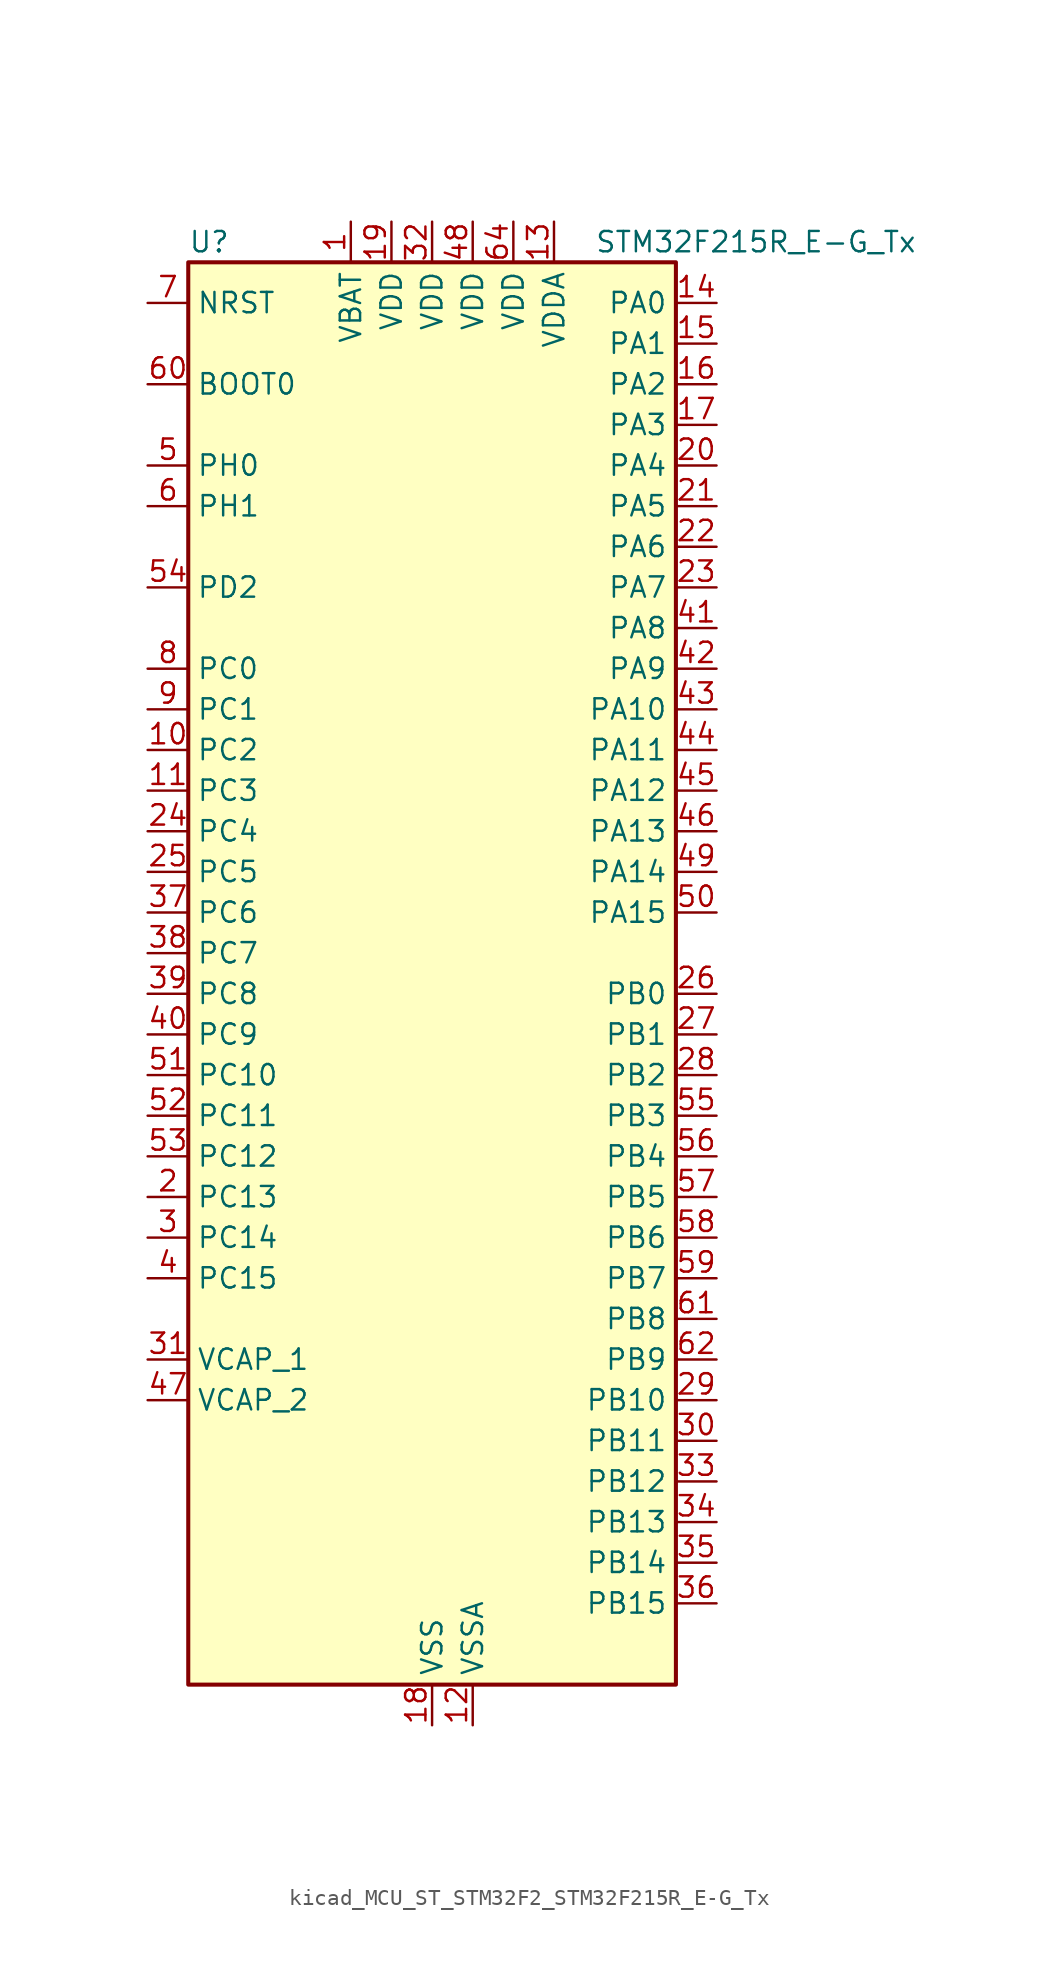
<source format=kicad_sym>
(kicad_symbol_lib
  (version 20220914)
  (generator kicad_symbol_editor)
  (symbol "kicad_MCU_ST_STM32F2_STM32F215R_E-G_Tx"
    (property "Reference" "U"
      (at -15.24 46.99 0)
      (effects (font (size 1.27 1.27)) (justify left)))
    (property "Value" "STM32F215R_E-G_Tx"
      (at 10.16 46.99 0)
      (effects (font (size 1.27 1.27)) (justify left)))
    (property "ki_locked" ""
      (at 0 0 0)
      (effects (font (size 1.27 1.27))))
    (symbol "kicad_MCU_ST_STM32F2_STM32F215R_E-G_Tx_0_1"
      (rectangle (start -15.24 -43.18) (end 15.24 45.72) (stroke (width 0.254) (type default)) (fill (type background))))
    (symbol "kicad_MCU_ST_STM32F2_STM32F215R_E-G_Tx_1_1"
      (pin power_in line (at -5.08 48.26 270) (length 2.54) (name "VBAT" (effects (font (size 1.27 1.27)))) (number "1" (effects (font (size 1.27 1.27)))))
      (pin bidirectional line (at -17.78 15.24 0) (length 2.54) (name "PC2" (effects (font (size 1.27 1.27)))) (number "10" (effects (font (size 1.27 1.27)))) (alternate "ADC1_IN12" bidirectional line) (alternate "ADC2_IN12" bidirectional line) (alternate "ADC3_IN12" bidirectional line) (alternate "SPI2_MISO" bidirectional line) (alternate "USB_OTG_HS_ULPI_DIR" bidirectional line))
      (pin bidirectional line (at -17.78 12.7 0) (length 2.54) (name "PC3" (effects (font (size 1.27 1.27)))) (number "11" (effects (font (size 1.27 1.27)))) (alternate "ADC1_IN13" bidirectional line) (alternate "ADC2_IN13" bidirectional line) (alternate "ADC3_IN13" bidirectional line) (alternate "I2S2_SD" bidirectional line) (alternate "SPI2_MOSI" bidirectional line) (alternate "USB_OTG_HS_ULPI_NXT" bidirectional line))
      (pin power_in line (at 2.54 -45.72 90) (length 2.54) (name "VSSA" (effects (font (size 1.27 1.27)))) (number "12" (effects (font (size 1.27 1.27)))))
      (pin power_in line (at 7.62 48.26 270) (length 2.54) (name "VDDA" (effects (font (size 1.27 1.27)))) (number "13" (effects (font (size 1.27 1.27)))))
      (pin bidirectional line (at 17.78 43.18 180) (length 2.54) (name "PA0" (effects (font (size 1.27 1.27)))) (number "14" (effects (font (size 1.27 1.27)))) (alternate "ADC1_IN0" bidirectional line) (alternate "ADC2_IN0" bidirectional line) (alternate "ADC3_IN0" bidirectional line) (alternate "SYS_WKUP" bidirectional line) (alternate "TIM2_CH1" bidirectional line) (alternate "TIM2_ETR" bidirectional line) (alternate "TIM5_CH1" bidirectional line) (alternate "TIM8_ETR" bidirectional line) (alternate "UART4_TX" bidirectional line) (alternate "USART2_CTS" bidirectional line))
      (pin bidirectional line (at 17.78 40.64 180) (length 2.54) (name "PA1" (effects (font (size 1.27 1.27)))) (number "15" (effects (font (size 1.27 1.27)))) (alternate "ADC1_IN1" bidirectional line) (alternate "ADC2_IN1" bidirectional line) (alternate "ADC3_IN1" bidirectional line) (alternate "TIM2_CH2" bidirectional line) (alternate "TIM5_CH2" bidirectional line) (alternate "UART4_RX" bidirectional line) (alternate "USART2_RTS" bidirectional line))
      (pin bidirectional line (at 17.78 38.1 180) (length 2.54) (name "PA2" (effects (font (size 1.27 1.27)))) (number "16" (effects (font (size 1.27 1.27)))) (alternate "ADC1_IN2" bidirectional line) (alternate "ADC2_IN2" bidirectional line) (alternate "ADC3_IN2" bidirectional line) (alternate "TIM2_CH3" bidirectional line) (alternate "TIM5_CH3" bidirectional line) (alternate "TIM9_CH1" bidirectional line) (alternate "USART2_TX" bidirectional line))
      (pin bidirectional line (at 17.78 35.56 180) (length 2.54) (name "PA3" (effects (font (size 1.27 1.27)))) (number "17" (effects (font (size 1.27 1.27)))) (alternate "ADC1_IN3" bidirectional line) (alternate "ADC2_IN3" bidirectional line) (alternate "ADC3_IN3" bidirectional line) (alternate "TIM2_CH4" bidirectional line) (alternate "TIM5_CH4" bidirectional line) (alternate "TIM9_CH2" bidirectional line) (alternate "USART2_RX" bidirectional line) (alternate "USB_OTG_HS_ULPI_D0" bidirectional line))
      (pin power_in line (at 0 -45.72 90) (length 2.54) (name "VSS" (effects (font (size 1.27 1.27)))) (number "18" (effects (font (size 1.27 1.27)))))
      (pin power_in line (at -2.54 48.26 270) (length 2.54) (name "VDD" (effects (font (size 1.27 1.27)))) (number "19" (effects (font (size 1.27 1.27)))))
      (pin bidirectional line (at -17.78 -12.7 0) (length 2.54) (name "PC13" (effects (font (size 1.27 1.27)))) (number "2" (effects (font (size 1.27 1.27)))) (alternate "RTC_AF1" bidirectional line))
      (pin bidirectional line (at 17.78 33.02 180) (length 2.54) (name "PA4" (effects (font (size 1.27 1.27)))) (number "20" (effects (font (size 1.27 1.27)))) (alternate "ADC1_IN4" bidirectional line) (alternate "ADC2_IN4" bidirectional line) (alternate "DAC_OUT1" bidirectional line) (alternate "I2S3_WS" bidirectional line) (alternate "SPI1_NSS" bidirectional line) (alternate "SPI3_NSS" bidirectional line) (alternate "USART2_CK" bidirectional line) (alternate "USB_OTG_HS_SOF" bidirectional line))
      (pin bidirectional line (at 17.78 30.48 180) (length 2.54) (name "PA5" (effects (font (size 1.27 1.27)))) (number "21" (effects (font (size 1.27 1.27)))) (alternate "ADC1_IN5" bidirectional line) (alternate "ADC2_IN5" bidirectional line) (alternate "DAC_OUT2" bidirectional line) (alternate "SPI1_SCK" bidirectional line) (alternate "TIM2_CH1" bidirectional line) (alternate "TIM2_ETR" bidirectional line) (alternate "TIM8_CH1N" bidirectional line) (alternate "USB_OTG_HS_ULPI_CK" bidirectional line))
      (pin bidirectional line (at 17.78 27.94 180) (length 2.54) (name "PA6" (effects (font (size 1.27 1.27)))) (number "22" (effects (font (size 1.27 1.27)))) (alternate "ADC1_IN6" bidirectional line) (alternate "ADC2_IN6" bidirectional line) (alternate "SPI1_MISO" bidirectional line) (alternate "TIM13_CH1" bidirectional line) (alternate "TIM1_BKIN" bidirectional line) (alternate "TIM3_CH1" bidirectional line) (alternate "TIM8_BKIN" bidirectional line))
      (pin bidirectional line (at 17.78 25.4 180) (length 2.54) (name "PA7" (effects (font (size 1.27 1.27)))) (number "23" (effects (font (size 1.27 1.27)))) (alternate "ADC1_IN7" bidirectional line) (alternate "ADC2_IN7" bidirectional line) (alternate "SPI1_MOSI" bidirectional line) (alternate "TIM14_CH1" bidirectional line) (alternate "TIM1_CH1N" bidirectional line) (alternate "TIM3_CH2" bidirectional line) (alternate "TIM8_CH1N" bidirectional line))
      (pin bidirectional line (at -17.78 10.16 0) (length 2.54) (name "PC4" (effects (font (size 1.27 1.27)))) (number "24" (effects (font (size 1.27 1.27)))) (alternate "ADC1_IN14" bidirectional line) (alternate "ADC2_IN14" bidirectional line))
      (pin bidirectional line (at -17.78 7.62 0) (length 2.54) (name "PC5" (effects (font (size 1.27 1.27)))) (number "25" (effects (font (size 1.27 1.27)))) (alternate "ADC1_IN15" bidirectional line) (alternate "ADC2_IN15" bidirectional line))
      (pin bidirectional line (at 17.78 0 180) (length 2.54) (name "PB0" (effects (font (size 1.27 1.27)))) (number "26" (effects (font (size 1.27 1.27)))) (alternate "ADC1_IN8" bidirectional line) (alternate "ADC2_IN8" bidirectional line) (alternate "TIM1_CH2N" bidirectional line) (alternate "TIM3_CH3" bidirectional line) (alternate "TIM8_CH2N" bidirectional line) (alternate "USB_OTG_HS_ULPI_D1" bidirectional line))
      (pin bidirectional line (at 17.78 -2.54 180) (length 2.54) (name "PB1" (effects (font (size 1.27 1.27)))) (number "27" (effects (font (size 1.27 1.27)))) (alternate "ADC1_IN9" bidirectional line) (alternate "ADC2_IN9" bidirectional line) (alternate "TIM1_CH3N" bidirectional line) (alternate "TIM3_CH4" bidirectional line) (alternate "TIM8_CH3N" bidirectional line) (alternate "USB_OTG_HS_ULPI_D2" bidirectional line))
      (pin bidirectional line (at 17.78 -5.08 180) (length 2.54) (name "PB2" (effects (font (size 1.27 1.27)))) (number "28" (effects (font (size 1.27 1.27)))))
      (pin bidirectional line (at 17.78 -25.4 180) (length 2.54) (name "PB10" (effects (font (size 1.27 1.27)))) (number "29" (effects (font (size 1.27 1.27)))) (alternate "I2C2_SCL" bidirectional line) (alternate "I2S2_SCK" bidirectional line) (alternate "SPI2_SCK" bidirectional line) (alternate "TIM2_CH3" bidirectional line) (alternate "USART3_TX" bidirectional line) (alternate "USB_OTG_HS_ULPI_D3" bidirectional line))
      (pin bidirectional line (at -17.78 -15.24 0) (length 2.54) (name "PC14" (effects (font (size 1.27 1.27)))) (number "3" (effects (font (size 1.27 1.27)))) (alternate "RCC_OSC32_IN" bidirectional line))
      (pin bidirectional line (at 17.78 -27.94 180) (length 2.54) (name "PB11" (effects (font (size 1.27 1.27)))) (number "30" (effects (font (size 1.27 1.27)))) (alternate "ADC1_EXTI11" bidirectional line) (alternate "ADC2_EXTI11" bidirectional line) (alternate "ADC3_EXTI11" bidirectional line) (alternate "I2C2_SDA" bidirectional line) (alternate "TIM2_CH4" bidirectional line) (alternate "USART3_RX" bidirectional line) (alternate "USB_OTG_HS_ULPI_D4" bidirectional line))
      (pin power_out line (at -17.78 -22.86 0) (length 2.54) (name "VCAP_1" (effects (font (size 1.27 1.27)))) (number "31" (effects (font (size 1.27 1.27)))))
      (pin power_in line (at 0 48.26 270) (length 2.54) (name "VDD" (effects (font (size 1.27 1.27)))) (number "32" (effects (font (size 1.27 1.27)))))
      (pin bidirectional line (at 17.78 -30.48 180) (length 2.54) (name "PB12" (effects (font (size 1.27 1.27)))) (number "33" (effects (font (size 1.27 1.27)))) (alternate "CAN2_RX" bidirectional line) (alternate "I2C2_SMBA" bidirectional line) (alternate "I2S2_WS" bidirectional line) (alternate "SPI2_NSS" bidirectional line) (alternate "TIM1_BKIN" bidirectional line) (alternate "USART3_CK" bidirectional line) (alternate "USB_OTG_HS_ID" bidirectional line) (alternate "USB_OTG_HS_ULPI_D5" bidirectional line))
      (pin bidirectional line (at 17.78 -33.02 180) (length 2.54) (name "PB13" (effects (font (size 1.27 1.27)))) (number "34" (effects (font (size 1.27 1.27)))) (alternate "CAN2_TX" bidirectional line) (alternate "I2S2_SCK" bidirectional line) (alternate "SPI2_SCK" bidirectional line) (alternate "TIM1_CH1N" bidirectional line) (alternate "USART3_CTS" bidirectional line) (alternate "USB_OTG_HS_ULPI_D6" bidirectional line) (alternate "USB_OTG_HS_VBUS" bidirectional line))
      (pin bidirectional line (at 17.78 -35.56 180) (length 2.54) (name "PB14" (effects (font (size 1.27 1.27)))) (number "35" (effects (font (size 1.27 1.27)))) (alternate "SPI2_MISO" bidirectional line) (alternate "TIM12_CH1" bidirectional line) (alternate "TIM1_CH2N" bidirectional line) (alternate "TIM8_CH2N" bidirectional line) (alternate "USART3_RTS" bidirectional line) (alternate "USB_OTG_HS_DM" bidirectional line))
      (pin bidirectional line (at 17.78 -38.1 180) (length 2.54) (name "PB15" (effects (font (size 1.27 1.27)))) (number "36" (effects (font (size 1.27 1.27)))) (alternate "ADC1_EXTI15" bidirectional line) (alternate "ADC2_EXTI15" bidirectional line) (alternate "ADC3_EXTI15" bidirectional line) (alternate "I2S2_SD" bidirectional line) (alternate "RTC_REFIN" bidirectional line) (alternate "SPI2_MOSI" bidirectional line) (alternate "TIM12_CH2" bidirectional line) (alternate "TIM1_CH3N" bidirectional line) (alternate "TIM8_CH3N" bidirectional line) (alternate "USB_OTG_HS_DP" bidirectional line))
      (pin bidirectional line (at -17.78 5.08 0) (length 2.54) (name "PC6" (effects (font (size 1.27 1.27)))) (number "37" (effects (font (size 1.27 1.27)))) (alternate "I2S2_MCK" bidirectional line) (alternate "SDIO_D6" bidirectional line) (alternate "TIM3_CH1" bidirectional line) (alternate "TIM8_CH1" bidirectional line) (alternate "USART6_TX" bidirectional line))
      (pin bidirectional line (at -17.78 2.54 0) (length 2.54) (name "PC7" (effects (font (size 1.27 1.27)))) (number "38" (effects (font (size 1.27 1.27)))) (alternate "I2S3_MCK" bidirectional line) (alternate "SDIO_D7" bidirectional line) (alternate "TIM3_CH2" bidirectional line) (alternate "TIM8_CH2" bidirectional line) (alternate "USART6_RX" bidirectional line))
      (pin bidirectional line (at -17.78 0 0) (length 2.54) (name "PC8" (effects (font (size 1.27 1.27)))) (number "39" (effects (font (size 1.27 1.27)))) (alternate "SDIO_D0" bidirectional line) (alternate "TIM3_CH3" bidirectional line) (alternate "TIM8_CH3" bidirectional line) (alternate "USART6_CK" bidirectional line))
      (pin bidirectional line (at -17.78 -17.78 0) (length 2.54) (name "PC15" (effects (font (size 1.27 1.27)))) (number "4" (effects (font (size 1.27 1.27)))) (alternate "ADC1_EXTI15" bidirectional line) (alternate "ADC2_EXTI15" bidirectional line) (alternate "ADC3_EXTI15" bidirectional line) (alternate "RCC_OSC32_OUT" bidirectional line))
      (pin bidirectional line (at -17.78 -2.54 0) (length 2.54) (name "PC9" (effects (font (size 1.27 1.27)))) (number "40" (effects (font (size 1.27 1.27)))) (alternate "DAC_EXTI9" bidirectional line) (alternate "I2C3_SDA" bidirectional line) (alternate "I2S_CKIN" bidirectional line) (alternate "RCC_MCO_2" bidirectional line) (alternate "SDIO_D1" bidirectional line) (alternate "TIM3_CH4" bidirectional line) (alternate "TIM8_CH4" bidirectional line))
      (pin bidirectional line (at 17.78 22.86 180) (length 2.54) (name "PA8" (effects (font (size 1.27 1.27)))) (number "41" (effects (font (size 1.27 1.27)))) (alternate "I2C3_SCL" bidirectional line) (alternate "RCC_MCO_1" bidirectional line) (alternate "TIM1_CH1" bidirectional line) (alternate "USART1_CK" bidirectional line) (alternate "USB_OTG_FS_SOF" bidirectional line))
      (pin bidirectional line (at 17.78 20.32 180) (length 2.54) (name "PA9" (effects (font (size 1.27 1.27)))) (number "42" (effects (font (size 1.27 1.27)))) (alternate "DAC_EXTI9" bidirectional line) (alternate "I2C3_SMBA" bidirectional line) (alternate "TIM1_CH2" bidirectional line) (alternate "USART1_TX" bidirectional line) (alternate "USB_OTG_FS_VBUS" bidirectional line))
      (pin bidirectional line (at 17.78 17.78 180) (length 2.54) (name "PA10" (effects (font (size 1.27 1.27)))) (number "43" (effects (font (size 1.27 1.27)))) (alternate "TIM1_CH3" bidirectional line) (alternate "USART1_RX" bidirectional line) (alternate "USB_OTG_FS_ID" bidirectional line))
      (pin bidirectional line (at 17.78 15.24 180) (length 2.54) (name "PA11" (effects (font (size 1.27 1.27)))) (number "44" (effects (font (size 1.27 1.27)))) (alternate "ADC1_EXTI11" bidirectional line) (alternate "ADC2_EXTI11" bidirectional line) (alternate "ADC3_EXTI11" bidirectional line) (alternate "CAN1_RX" bidirectional line) (alternate "TIM1_CH4" bidirectional line) (alternate "USART1_CTS" bidirectional line) (alternate "USB_OTG_FS_DM" bidirectional line))
      (pin bidirectional line (at 17.78 12.7 180) (length 2.54) (name "PA12" (effects (font (size 1.27 1.27)))) (number "45" (effects (font (size 1.27 1.27)))) (alternate "CAN1_TX" bidirectional line) (alternate "TIM1_ETR" bidirectional line) (alternate "USART1_RTS" bidirectional line) (alternate "USB_OTG_FS_DP" bidirectional line))
      (pin bidirectional line (at 17.78 10.16 180) (length 2.54) (name "PA13" (effects (font (size 1.27 1.27)))) (number "46" (effects (font (size 1.27 1.27)))) (alternate "SYS_JTMS-SWDIO" bidirectional line))
      (pin power_out line (at -17.78 -25.4 0) (length 2.54) (name "VCAP_2" (effects (font (size 1.27 1.27)))) (number "47" (effects (font (size 1.27 1.27)))))
      (pin power_in line (at 2.54 48.26 270) (length 2.54) (name "VDD" (effects (font (size 1.27 1.27)))) (number "48" (effects (font (size 1.27 1.27)))))
      (pin bidirectional line (at 17.78 7.62 180) (length 2.54) (name "PA14" (effects (font (size 1.27 1.27)))) (number "49" (effects (font (size 1.27 1.27)))) (alternate "SYS_JTCK-SWCLK" bidirectional line))
      (pin bidirectional line (at -17.78 33.02 0) (length 2.54) (name "PH0" (effects (font (size 1.27 1.27)))) (number "5" (effects (font (size 1.27 1.27)))) (alternate "RCC_OSC_IN" bidirectional line))
      (pin bidirectional line (at 17.78 5.08 180) (length 2.54) (name "PA15" (effects (font (size 1.27 1.27)))) (number "50" (effects (font (size 1.27 1.27)))) (alternate "ADC1_EXTI15" bidirectional line) (alternate "ADC2_EXTI15" bidirectional line) (alternate "ADC3_EXTI15" bidirectional line) (alternate "I2S3_WS" bidirectional line) (alternate "SPI1_NSS" bidirectional line) (alternate "SPI3_NSS" bidirectional line) (alternate "SYS_JTDI" bidirectional line) (alternate "TIM2_CH1" bidirectional line) (alternate "TIM2_ETR" bidirectional line))
      (pin bidirectional line (at -17.78 -5.08 0) (length 2.54) (name "PC10" (effects (font (size 1.27 1.27)))) (number "51" (effects (font (size 1.27 1.27)))) (alternate "I2S3_SCK" bidirectional line) (alternate "SDIO_D2" bidirectional line) (alternate "SPI3_SCK" bidirectional line) (alternate "UART4_TX" bidirectional line) (alternate "USART3_TX" bidirectional line))
      (pin bidirectional line (at -17.78 -7.62 0) (length 2.54) (name "PC11" (effects (font (size 1.27 1.27)))) (number "52" (effects (font (size 1.27 1.27)))) (alternate "ADC1_EXTI11" bidirectional line) (alternate "ADC2_EXTI11" bidirectional line) (alternate "ADC3_EXTI11" bidirectional line) (alternate "SDIO_D3" bidirectional line) (alternate "SPI3_MISO" bidirectional line) (alternate "UART4_RX" bidirectional line) (alternate "USART3_RX" bidirectional line))
      (pin bidirectional line (at -17.78 -10.16 0) (length 2.54) (name "PC12" (effects (font (size 1.27 1.27)))) (number "53" (effects (font (size 1.27 1.27)))) (alternate "I2S3_SD" bidirectional line) (alternate "SDIO_CK" bidirectional line) (alternate "SPI3_MOSI" bidirectional line) (alternate "UART5_TX" bidirectional line) (alternate "USART3_CK" bidirectional line))
      (pin bidirectional line (at -17.78 25.4 0) (length 2.54) (name "PD2" (effects (font (size 1.27 1.27)))) (number "54" (effects (font (size 1.27 1.27)))) (alternate "SDIO_CMD" bidirectional line) (alternate "TIM3_ETR" bidirectional line) (alternate "UART5_RX" bidirectional line))
      (pin bidirectional line (at 17.78 -7.62 180) (length 2.54) (name "PB3" (effects (font (size 1.27 1.27)))) (number "55" (effects (font (size 1.27 1.27)))) (alternate "I2S3_SCK" bidirectional line) (alternate "SPI1_SCK" bidirectional line) (alternate "SPI3_SCK" bidirectional line) (alternate "SYS_JTDO-SWO" bidirectional line) (alternate "TIM2_CH2" bidirectional line))
      (pin bidirectional line (at 17.78 -10.16 180) (length 2.54) (name "PB4" (effects (font (size 1.27 1.27)))) (number "56" (effects (font (size 1.27 1.27)))) (alternate "SPI1_MISO" bidirectional line) (alternate "SPI3_MISO" bidirectional line) (alternate "SYS_JTRST" bidirectional line) (alternate "TIM3_CH1" bidirectional line))
      (pin bidirectional line (at 17.78 -12.7 180) (length 2.54) (name "PB5" (effects (font (size 1.27 1.27)))) (number "57" (effects (font (size 1.27 1.27)))) (alternate "CAN2_RX" bidirectional line) (alternate "I2C1_SMBA" bidirectional line) (alternate "I2S3_SD" bidirectional line) (alternate "SPI1_MOSI" bidirectional line) (alternate "SPI3_MOSI" bidirectional line) (alternate "TIM3_CH2" bidirectional line) (alternate "USB_OTG_HS_ULPI_D7" bidirectional line))
      (pin bidirectional line (at 17.78 -15.24 180) (length 2.54) (name "PB6" (effects (font (size 1.27 1.27)))) (number "58" (effects (font (size 1.27 1.27)))) (alternate "CAN2_TX" bidirectional line) (alternate "I2C1_SCL" bidirectional line) (alternate "TIM4_CH1" bidirectional line) (alternate "USART1_TX" bidirectional line))
      (pin bidirectional line (at 17.78 -17.78 180) (length 2.54) (name "PB7" (effects (font (size 1.27 1.27)))) (number "59" (effects (font (size 1.27 1.27)))) (alternate "I2C1_SDA" bidirectional line) (alternate "TIM4_CH2" bidirectional line) (alternate "USART1_RX" bidirectional line))
      (pin bidirectional line (at -17.78 30.48 0) (length 2.54) (name "PH1" (effects (font (size 1.27 1.27)))) (number "6" (effects (font (size 1.27 1.27)))) (alternate "RCC_OSC_OUT" bidirectional line))
      (pin input line (at -17.78 38.1 0) (length 2.54) (name "BOOT0" (effects (font (size 1.27 1.27)))) (number "60" (effects (font (size 1.27 1.27)))))
      (pin bidirectional line (at 17.78 -20.32 180) (length 2.54) (name "PB8" (effects (font (size 1.27 1.27)))) (number "61" (effects (font (size 1.27 1.27)))) (alternate "CAN1_RX" bidirectional line) (alternate "I2C1_SCL" bidirectional line) (alternate "SDIO_D4" bidirectional line) (alternate "TIM10_CH1" bidirectional line) (alternate "TIM4_CH3" bidirectional line))
      (pin bidirectional line (at 17.78 -22.86 180) (length 2.54) (name "PB9" (effects (font (size 1.27 1.27)))) (number "62" (effects (font (size 1.27 1.27)))) (alternate "CAN1_TX" bidirectional line) (alternate "DAC_EXTI9" bidirectional line) (alternate "I2C1_SDA" bidirectional line) (alternate "I2S2_WS" bidirectional line) (alternate "SDIO_D5" bidirectional line) (alternate "SPI2_NSS" bidirectional line) (alternate "TIM11_CH1" bidirectional line) (alternate "TIM4_CH4" bidirectional line))
      (pin passive line (at 0 -45.72 90) (length 2.54) hide (name "VSS" (effects (font (size 1.27 1.27)))) (number "63" (effects (font (size 1.27 1.27)))))
      (pin power_in line (at 5.08 48.26 270) (length 2.54) (name "VDD" (effects (font (size 1.27 1.27)))) (number "64" (effects (font (size 1.27 1.27)))))
      (pin input line (at -17.78 43.18 0) (length 2.54) (name "NRST" (effects (font (size 1.27 1.27)))) (number "7" (effects (font (size 1.27 1.27)))))
      (pin bidirectional line (at -17.78 20.32 0) (length 2.54) (name "PC0" (effects (font (size 1.27 1.27)))) (number "8" (effects (font (size 1.27 1.27)))) (alternate "ADC1_IN10" bidirectional line) (alternate "ADC2_IN10" bidirectional line) (alternate "ADC3_IN10" bidirectional line) (alternate "USB_OTG_HS_ULPI_STP" bidirectional line))
      (pin bidirectional line (at -17.78 17.78 0) (length 2.54) (name "PC1" (effects (font (size 1.27 1.27)))) (number "9" (effects (font (size 1.27 1.27)))) (alternate "ADC1_IN11" bidirectional line) (alternate "ADC2_IN11" bidirectional line) (alternate "ADC3_IN11" bidirectional line)))))
</source>
